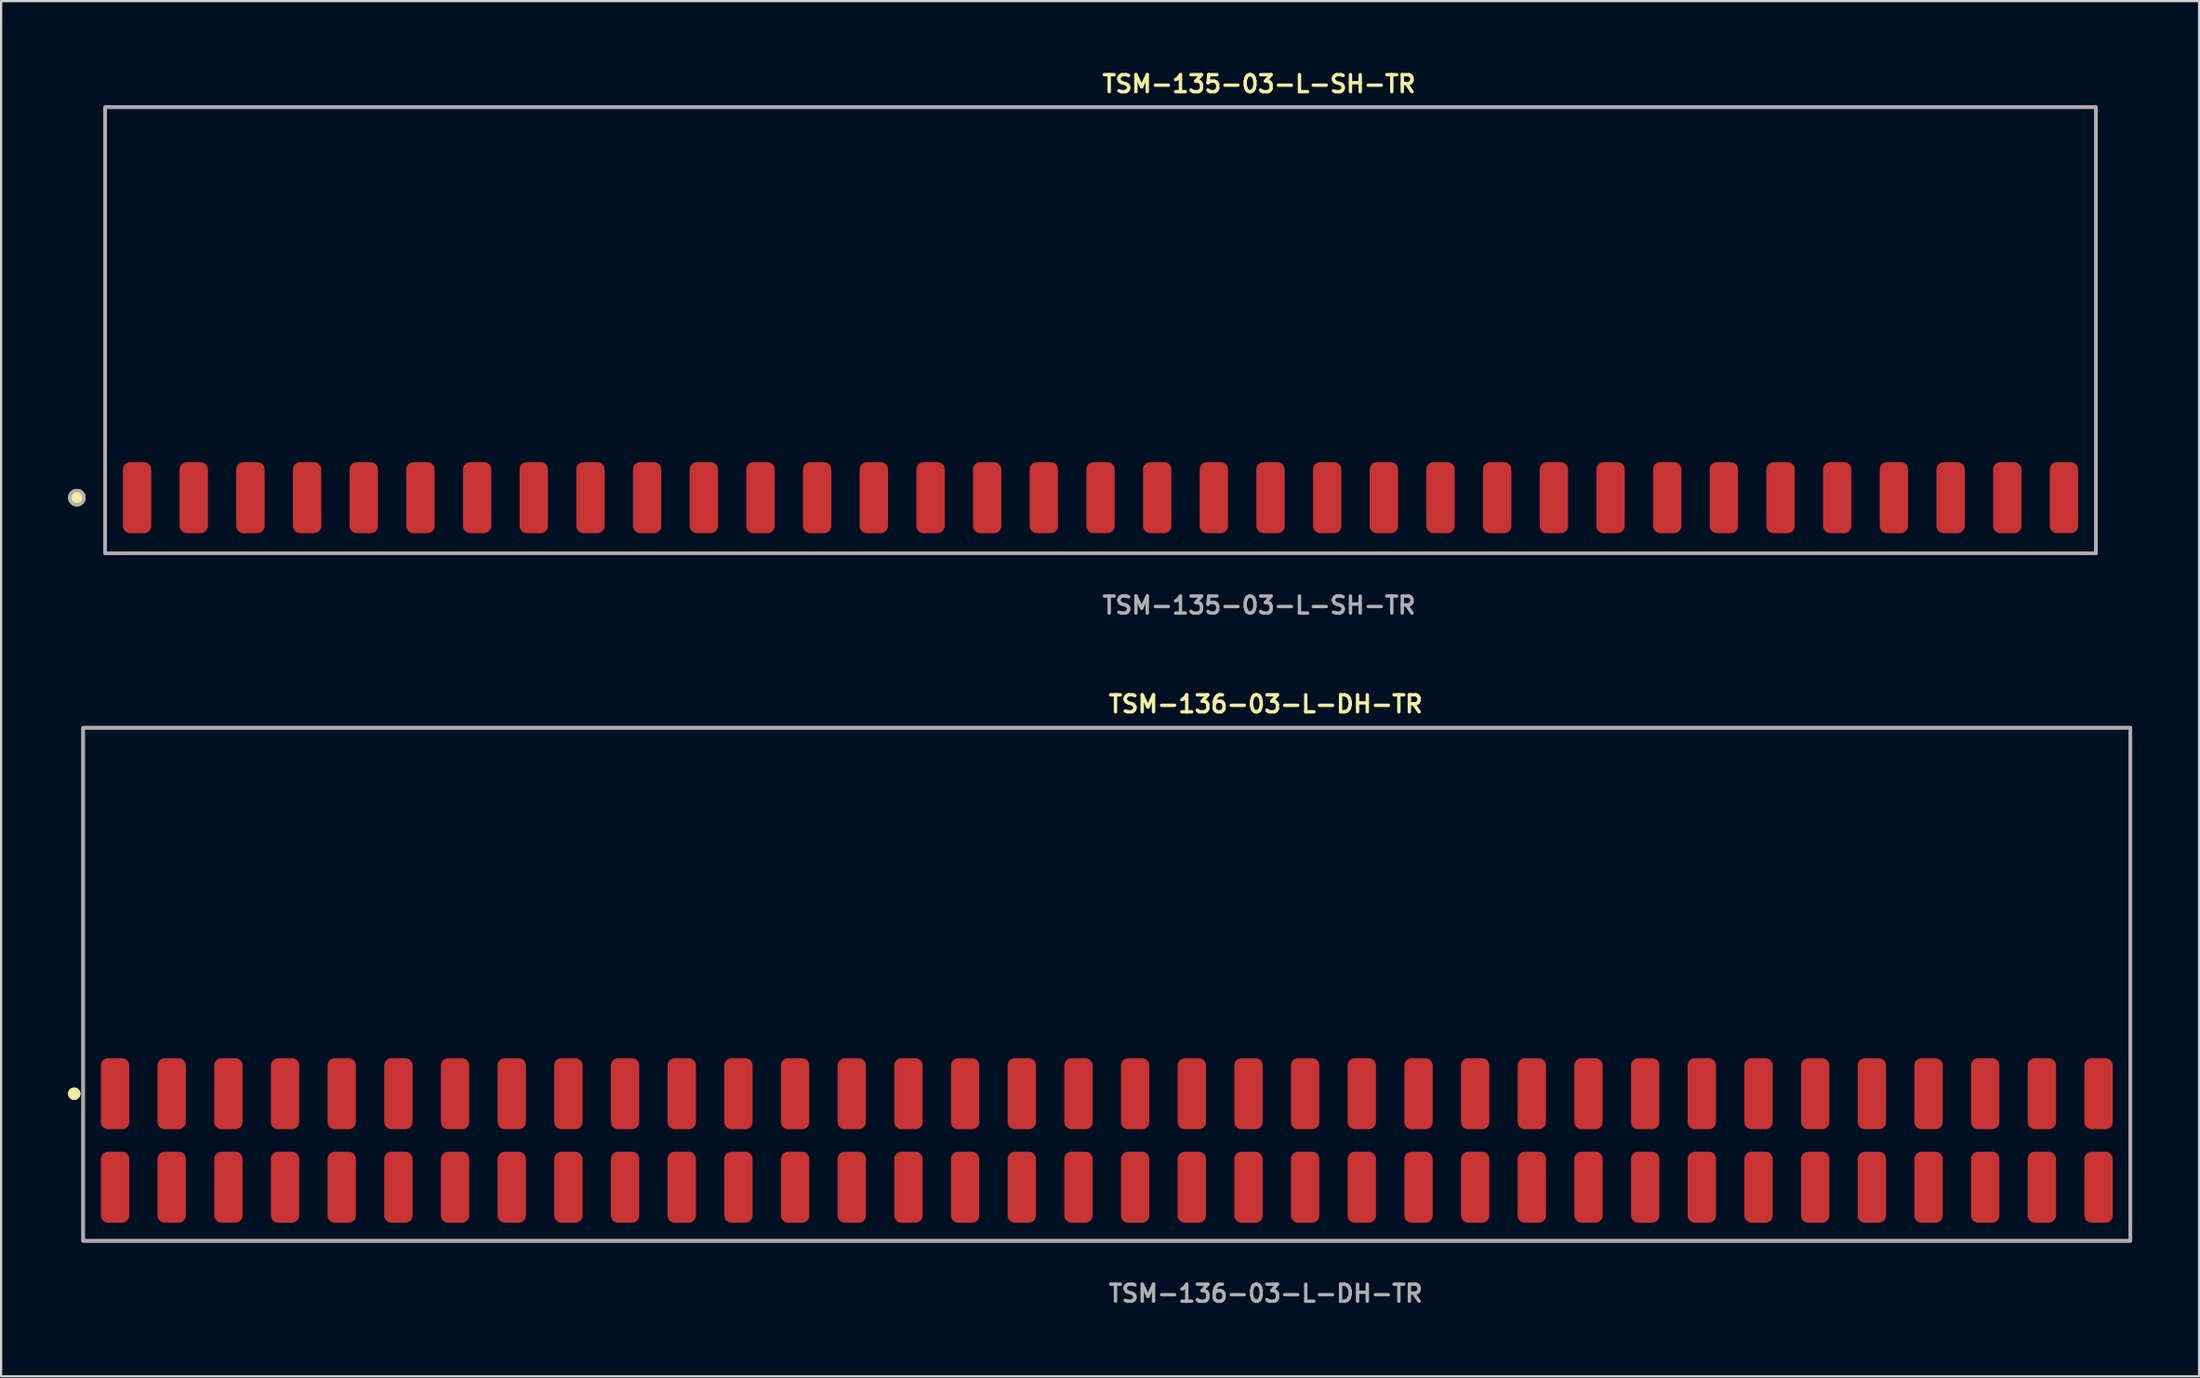
<source format=kicad_pcb>
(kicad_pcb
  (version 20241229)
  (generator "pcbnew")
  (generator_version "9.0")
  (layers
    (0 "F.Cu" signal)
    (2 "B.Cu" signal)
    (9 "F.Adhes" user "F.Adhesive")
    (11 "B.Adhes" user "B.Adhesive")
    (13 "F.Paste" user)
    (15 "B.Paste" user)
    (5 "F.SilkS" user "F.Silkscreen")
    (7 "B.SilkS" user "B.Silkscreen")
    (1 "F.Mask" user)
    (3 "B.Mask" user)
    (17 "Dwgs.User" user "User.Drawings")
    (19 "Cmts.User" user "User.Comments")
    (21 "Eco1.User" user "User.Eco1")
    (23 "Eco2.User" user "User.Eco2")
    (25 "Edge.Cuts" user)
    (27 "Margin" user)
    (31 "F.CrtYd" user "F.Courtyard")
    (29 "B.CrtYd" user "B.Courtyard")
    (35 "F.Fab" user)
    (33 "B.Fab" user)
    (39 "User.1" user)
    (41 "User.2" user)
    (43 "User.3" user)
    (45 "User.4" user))
  (footprint "TSM-136-03-L-DH-TR"
    (layer "F.Cu")
    (at 46.556 48.066)
    (property "Reference" "TSM-136-03-L-DH-TR" (at 0 -19.558 0) (unlocked yes) (layer "F.SilkS") (effects (font (size 0.762 0.762) (thickness 0.152)) (justify left)))
    (fp_rect (start -45.88 4.5) (end 45.88 -18.5) (stroke (width 0.152) (type solid)) (fill no) (layer "F.SilkS"))
    (fp_circle (center -46.28 -2.095) (end -46.48 -2.095) (stroke (width 0.152) (type solid)) (fill yes) (layer "F.SilkS"))
    (fp_circle (center -46.28 -2.095) (end -46.48 -2.095) (stroke (width 0.152) (type solid)) (fill yes) (layer "F.SilkS"))
    (fp_rect (start -45.88 4.5) (end 45.88 -18.5) (stroke (width 0.006) (type solid)) (fill no) (layer "F.CrtYd"))
    (fp_rect (start -45.88 4.5) (end 45.88 -18.5) (stroke (width 0.152) (type solid)) (fill no) (layer "F.Fab"))
    (fp_text user "${REFERENCE}" (at 0 6.858 0) (unlocked yes) (layer "F.Fab") (effects (font (size 0.762 0.762) (thickness 0.152)) (justify left)))
    (pad "1" smd roundrect (at -44.45 2.095) (size 1.27 3.18) (layers "F.Cu" "F.Paste") (roundrect_rratio 0.25))
    (pad "2" smd roundrect (at -44.45 -2.095) (size 1.27 3.18) (layers "F.Cu" "F.Paste") (roundrect_rratio 0.25))
    (pad "3" smd roundrect (at -41.91 2.095) (size 1.27 3.18) (layers "F.Cu" "F.Paste") (roundrect_rratio 0.25))
    (pad "4" smd roundrect (at -41.91 -2.095) (size 1.27 3.18) (layers "F.Cu" "F.Paste") (roundrect_rratio 0.25))
    (pad "5" smd roundrect (at -39.37 2.095) (size 1.27 3.18) (layers "F.Cu" "F.Paste") (roundrect_rratio 0.25))
    (pad "6" smd roundrect (at -39.37 -2.095) (size 1.27 3.18) (layers "F.Cu" "F.Paste") (roundrect_rratio 0.25))
    (pad "7" smd roundrect (at -36.83 2.095) (size 1.27 3.18) (layers "F.Cu" "F.Paste") (roundrect_rratio 0.25))
    (pad "8" smd roundrect (at -36.83 -2.095) (size 1.27 3.18) (layers "F.Cu" "F.Paste") (roundrect_rratio 0.25))
    (pad "9" smd roundrect (at -34.29 2.095) (size 1.27 3.18) (layers "F.Cu" "F.Paste") (roundrect_rratio 0.25))
    (pad "10" smd roundrect (at -34.29 -2.095) (size 1.27 3.18) (layers "F.Cu" "F.Paste") (roundrect_rratio 0.25))
    (pad "11" smd roundrect (at -31.75 2.095) (size 1.27 3.18) (layers "F.Cu" "F.Paste") (roundrect_rratio 0.25))
    (pad "12" smd roundrect (at -31.75 -2.095) (size 1.27 3.18) (layers "F.Cu" "F.Paste") (roundrect_rratio 0.25))
    (pad "13" smd roundrect (at -29.21 2.095) (size 1.27 3.18) (layers "F.Cu" "F.Paste") (roundrect_rratio 0.25))
    (pad "14" smd roundrect (at -29.21 -2.095) (size 1.27 3.18) (layers "F.Cu" "F.Paste") (roundrect_rratio 0.25))
    (pad "15" smd roundrect (at -26.67 2.095) (size 1.27 3.18) (layers "F.Cu" "F.Paste") (roundrect_rratio 0.25))
    (pad "16" smd roundrect (at -26.67 -2.095) (size 1.27 3.18) (layers "F.Cu" "F.Paste") (roundrect_rratio 0.25))
    (pad "17" smd roundrect (at -24.13 2.095) (size 1.27 3.18) (layers "F.Cu" "F.Paste") (roundrect_rratio 0.25))
    (pad "18" smd roundrect (at -24.13 -2.095) (size 1.27 3.18) (layers "F.Cu" "F.Paste") (roundrect_rratio 0.25))
    (pad "19" smd roundrect (at -21.59 2.095) (size 1.27 3.18) (layers "F.Cu" "F.Paste") (roundrect_rratio 0.25))
    (pad "20" smd roundrect (at -21.59 -2.095) (size 1.27 3.18) (layers "F.Cu" "F.Paste") (roundrect_rratio 0.25))
    (pad "21" smd roundrect (at -19.05 2.095) (size 1.27 3.18) (layers "F.Cu" "F.Paste") (roundrect_rratio 0.25))
    (pad "22" smd roundrect (at -19.05 -2.095) (size 1.27 3.18) (layers "F.Cu" "F.Paste") (roundrect_rratio 0.25))
    (pad "23" smd roundrect (at -16.51 2.095) (size 1.27 3.18) (layers "F.Cu" "F.Paste") (roundrect_rratio 0.25))
    (pad "24" smd roundrect (at -16.51 -2.095) (size 1.27 3.18) (layers "F.Cu" "F.Paste") (roundrect_rratio 0.25))
    (pad "25" smd roundrect (at -13.97 2.095) (size 1.27 3.18) (layers "F.Cu" "F.Paste") (roundrect_rratio 0.25))
    (pad "26" smd roundrect (at -13.97 -2.095) (size 1.27 3.18) (layers "F.Cu" "F.Paste") (roundrect_rratio 0.25))
    (pad "27" smd roundrect (at -11.43 2.095) (size 1.27 3.18) (layers "F.Cu" "F.Paste") (roundrect_rratio 0.25))
    (pad "28" smd roundrect (at -11.43 -2.095) (size 1.27 3.18) (layers "F.Cu" "F.Paste") (roundrect_rratio 0.25))
    (pad "29" smd roundrect (at -8.89 2.095) (size 1.27 3.18) (layers "F.Cu" "F.Paste") (roundrect_rratio 0.25))
    (pad "30" smd roundrect (at -8.89 -2.095) (size 1.27 3.18) (layers "F.Cu" "F.Paste") (roundrect_rratio 0.25))
    (pad "31" smd roundrect (at -6.35 2.095) (size 1.27 3.18) (layers "F.Cu" "F.Paste") (roundrect_rratio 0.25))
    (pad "32" smd roundrect (at -6.35 -2.095) (size 1.27 3.18) (layers "F.Cu" "F.Paste") (roundrect_rratio 0.25))
    (pad "33" smd roundrect (at -3.81 2.095) (size 1.27 3.18) (layers "F.Cu" "F.Paste") (roundrect_rratio 0.25))
    (pad "34" smd roundrect (at -3.81 -2.095) (size 1.27 3.18) (layers "F.Cu" "F.Paste") (roundrect_rratio 0.25))
    (pad "35" smd roundrect (at -1.27 2.095) (size 1.27 3.18) (layers "F.Cu" "F.Paste") (roundrect_rratio 0.25))
    (pad "36" smd roundrect (at -1.27 -2.095) (size 1.27 3.18) (layers "F.Cu" "F.Paste") (roundrect_rratio 0.25))
    (pad "37" smd roundrect (at 1.27 2.095) (size 1.27 3.18) (layers "F.Cu" "F.Paste") (roundrect_rratio 0.25))
    (pad "38" smd roundrect (at 1.27 -2.095) (size 1.27 3.18) (layers "F.Cu" "F.Paste") (roundrect_rratio 0.25))
    (pad "39" smd roundrect (at 3.81 2.095) (size 1.27 3.18) (layers "F.Cu" "F.Paste") (roundrect_rratio 0.25))
    (pad "40" smd roundrect (at 3.81 -2.095) (size 1.27 3.18) (layers "F.Cu" "F.Paste") (roundrect_rratio 0.25))
    (pad "41" smd roundrect (at 6.35 2.095) (size 1.27 3.18) (layers "F.Cu" "F.Paste") (roundrect_rratio 0.25))
    (pad "42" smd roundrect (at 6.35 -2.095) (size 1.27 3.18) (layers "F.Cu" "F.Paste") (roundrect_rratio 0.25))
    (pad "43" smd roundrect (at 8.89 2.095) (size 1.27 3.18) (layers "F.Cu" "F.Paste") (roundrect_rratio 0.25))
    (pad "44" smd roundrect (at 8.89 -2.095) (size 1.27 3.18) (layers "F.Cu" "F.Paste") (roundrect_rratio 0.25))
    (pad "45" smd roundrect (at 11.43 2.095) (size 1.27 3.18) (layers "F.Cu" "F.Paste") (roundrect_rratio 0.25))
    (pad "46" smd roundrect (at 11.43 -2.095) (size 1.27 3.18) (layers "F.Cu" "F.Paste") (roundrect_rratio 0.25))
    (pad "47" smd roundrect (at 13.97 2.095) (size 1.27 3.18) (layers "F.Cu" "F.Paste") (roundrect_rratio 0.25))
    (pad "48" smd roundrect (at 13.97 -2.095) (size 1.27 3.18) (layers "F.Cu" "F.Paste") (roundrect_rratio 0.25))
    (pad "49" smd roundrect (at 16.51 2.095) (size 1.27 3.18) (layers "F.Cu" "F.Paste") (roundrect_rratio 0.25))
    (pad "50" smd roundrect (at 16.51 -2.095) (size 1.27 3.18) (layers "F.Cu" "F.Paste") (roundrect_rratio 0.25))
    (pad "51" smd roundrect (at 19.05 2.095) (size 1.27 3.18) (layers "F.Cu" "F.Paste") (roundrect_rratio 0.25))
    (pad "52" smd roundrect (at 19.05 -2.095) (size 1.27 3.18) (layers "F.Cu" "F.Paste") (roundrect_rratio 0.25))
    (pad "53" smd roundrect (at 21.59 2.095) (size 1.27 3.18) (layers "F.Cu" "F.Paste") (roundrect_rratio 0.25))
    (pad "54" smd roundrect (at 21.59 -2.095) (size 1.27 3.18) (layers "F.Cu" "F.Paste") (roundrect_rratio 0.25))
    (pad "55" smd roundrect (at 24.13 2.095) (size 1.27 3.18) (layers "F.Cu" "F.Paste") (roundrect_rratio 0.25))
    (pad "56" smd roundrect (at 24.13 -2.095) (size 1.27 3.18) (layers "F.Cu" "F.Paste") (roundrect_rratio 0.25))
    (pad "57" smd roundrect (at 26.67 2.095) (size 1.27 3.18) (layers "F.Cu" "F.Paste") (roundrect_rratio 0.25))
    (pad "58" smd roundrect (at 26.67 -2.095) (size 1.27 3.18) (layers "F.Cu" "F.Paste") (roundrect_rratio 0.25))
    (pad "59" smd roundrect (at 29.21 2.095) (size 1.27 3.18) (layers "F.Cu" "F.Paste") (roundrect_rratio 0.25))
    (pad "60" smd roundrect (at 29.21 -2.095) (size 1.27 3.18) (layers "F.Cu" "F.Paste") (roundrect_rratio 0.25))
    (pad "61" smd roundrect (at 31.75 2.095) (size 1.27 3.18) (layers "F.Cu" "F.Paste") (roundrect_rratio 0.25))
    (pad "62" smd roundrect (at 31.75 -2.095) (size 1.27 3.18) (layers "F.Cu" "F.Paste") (roundrect_rratio 0.25))
    (pad "63" smd roundrect (at 34.29 2.095) (size 1.27 3.18) (layers "F.Cu" "F.Paste") (roundrect_rratio 0.25))
    (pad "64" smd roundrect (at 34.29 -2.095) (size 1.27 3.18) (layers "F.Cu" "F.Paste") (roundrect_rratio 0.25))
    (pad "65" smd roundrect (at 36.83 2.095) (size 1.27 3.18) (layers "F.Cu" "F.Paste") (roundrect_rratio 0.25))
    (pad "66" smd roundrect (at 36.83 -2.095) (size 1.27 3.18) (layers "F.Cu" "F.Paste") (roundrect_rratio 0.25))
    (pad "67" smd roundrect (at 39.37 2.095) (size 1.27 3.18) (layers "F.Cu" "F.Paste") (roundrect_rratio 0.25))
    (pad "68" smd roundrect (at 39.37 -2.095) (size 1.27 3.18) (layers "F.Cu" "F.Paste") (roundrect_rratio 0.25))
    (pad "69" smd roundrect (at 41.91 2.095) (size 1.27 3.18) (layers "F.Cu" "F.Paste") (roundrect_rratio 0.25))
    (pad "70" smd roundrect (at 41.91 -2.095) (size 1.27 3.18) (layers "F.Cu" "F.Paste") (roundrect_rratio 0.25))
    (pad "71" smd roundrect (at 44.45 2.095) (size 1.27 3.18) (layers "F.Cu" "F.Paste") (roundrect_rratio 0.25))
    (pad "72" smd roundrect (at 44.45 -2.095) (size 1.27 3.18) (layers "F.Cu" "F.Paste") (roundrect_rratio 0.25)))
  (footprint "TSM-135-03-L-SH-TR"
    (layer "F.Cu")
    (at 46.274 19.255)
    (property "Reference" "TSM-135-03-L-SH-TR" (at 0 -18.542 0) (unlocked yes) (layer "F.SilkS") (effects (font (size 0.762 0.762) (thickness 0.152)) (justify left)))
    (fp_rect (start -44.61 2.5) (end 44.61 -17.5) (stroke (width 0.152) (type solid)) (fill no) (layer "F.SilkS"))
    (fp_circle (center -45.88 0) (end -46.197 0) (stroke (width 0.152) (type solid)) (fill yes) (layer "F.SilkS"))
    (fp_rect (start -44.61 2.5) (end 44.61 -17.5) (stroke (width 0.006) (type solid)) (fill no) (layer "F.CrtYd"))
    (fp_rect (start -44.61 2.5) (end 44.61 -17.5) (stroke (width 0.152) (type solid)) (fill no) (layer "F.Fab"))
    (fp_circle (center -45.88 0) (end -46.197 0) (stroke (width 0.152) (type solid)) (fill no) (layer "F.Fab"))
    (fp_text user "${REFERENCE}" (at 0 4.826 0) (unlocked yes) (layer "F.Fab") (effects (font (size 0.762 0.762) (thickness 0.152)) (justify left)))
    (pad "1" smd roundrect (at -43.18 0) (size 1.27 3.18) (layers "F.Cu" "F.Paste") (roundrect_rratio 0.25))
    (pad "2" smd roundrect (at -40.64 0) (size 1.27 3.18) (layers "F.Cu" "F.Paste") (roundrect_rratio 0.25))
    (pad "3" smd roundrect (at -38.1 0) (size 1.27 3.18) (layers "F.Cu" "F.Paste") (roundrect_rratio 0.25))
    (pad "4" smd roundrect (at -35.56 0) (size 1.27 3.18) (layers "F.Cu" "F.Paste") (roundrect_rratio 0.25))
    (pad "5" smd roundrect (at -33.02 0) (size 1.27 3.18) (layers "F.Cu" "F.Paste") (roundrect_rratio 0.25))
    (pad "6" smd roundrect (at -30.48 0) (size 1.27 3.18) (layers "F.Cu" "F.Paste") (roundrect_rratio 0.25))
    (pad "7" smd roundrect (at -27.94 0) (size 1.27 3.18) (layers "F.Cu" "F.Paste") (roundrect_rratio 0.25))
    (pad "8" smd roundrect (at -25.4 0) (size 1.27 3.18) (layers "F.Cu" "F.Paste") (roundrect_rratio 0.25))
    (pad "9" smd roundrect (at -22.86 0) (size 1.27 3.18) (layers "F.Cu" "F.Paste") (roundrect_rratio 0.25))
    (pad "10" smd roundrect (at -20.32 0) (size 1.27 3.18) (layers "F.Cu" "F.Paste") (roundrect_rratio 0.25))
    (pad "11" smd roundrect (at -17.78 0) (size 1.27 3.18) (layers "F.Cu" "F.Paste") (roundrect_rratio 0.25))
    (pad "12" smd roundrect (at -15.24 0) (size 1.27 3.18) (layers "F.Cu" "F.Paste") (roundrect_rratio 0.25))
    (pad "13" smd roundrect (at -12.7 0) (size 1.27 3.18) (layers "F.Cu" "F.Paste") (roundrect_rratio 0.25))
    (pad "14" smd roundrect (at -10.16 0) (size 1.27 3.18) (layers "F.Cu" "F.Paste") (roundrect_rratio 0.25))
    (pad "15" smd roundrect (at -7.62 0) (size 1.27 3.18) (layers "F.Cu" "F.Paste") (roundrect_rratio 0.25))
    (pad "16" smd roundrect (at -5.08 0) (size 1.27 3.18) (layers "F.Cu" "F.Paste") (roundrect_rratio 0.25))
    (pad "17" smd roundrect (at -2.54 0) (size 1.27 3.18) (layers "F.Cu" "F.Paste") (roundrect_rratio 0.25))
    (pad "18" smd roundrect (at 0 0) (size 1.27 3.18) (layers "F.Cu" "F.Paste") (roundrect_rratio 0.25))
    (pad "19" smd roundrect (at 2.54 0) (size 1.27 3.18) (layers "F.Cu" "F.Paste") (roundrect_rratio 0.25))
    (pad "20" smd roundrect (at 5.08 0) (size 1.27 3.18) (layers "F.Cu" "F.Paste") (roundrect_rratio 0.25))
    (pad "21" smd roundrect (at 7.62 0) (size 1.27 3.18) (layers "F.Cu" "F.Paste") (roundrect_rratio 0.25))
    (pad "22" smd roundrect (at 10.16 0) (size 1.27 3.18) (layers "F.Cu" "F.Paste") (roundrect_rratio 0.25))
    (pad "23" smd roundrect (at 12.7 0) (size 1.27 3.18) (layers "F.Cu" "F.Paste") (roundrect_rratio 0.25))
    (pad "24" smd roundrect (at 15.24 0) (size 1.27 3.18) (layers "F.Cu" "F.Paste") (roundrect_rratio 0.25))
    (pad "25" smd roundrect (at 17.78 0) (size 1.27 3.18) (layers "F.Cu" "F.Paste") (roundrect_rratio 0.25))
    (pad "26" smd roundrect (at 20.32 0) (size 1.27 3.18) (layers "F.Cu" "F.Paste") (roundrect_rratio 0.25))
    (pad "27" smd roundrect (at 22.86 0) (size 1.27 3.18) (layers "F.Cu" "F.Paste") (roundrect_rratio 0.25))
    (pad "28" smd roundrect (at 25.4 0) (size 1.27 3.18) (layers "F.Cu" "F.Paste") (roundrect_rratio 0.25))
    (pad "29" smd roundrect (at 27.94 0) (size 1.27 3.18) (layers "F.Cu" "F.Paste") (roundrect_rratio 0.25))
    (pad "30" smd roundrect (at 30.48 0) (size 1.27 3.18) (layers "F.Cu" "F.Paste") (roundrect_rratio 0.25))
    (pad "31" smd roundrect (at 33.02 0) (size 1.27 3.18) (layers "F.Cu" "F.Paste") (roundrect_rratio 0.25))
    (pad "32" smd roundrect (at 35.56 0) (size 1.27 3.18) (layers "F.Cu" "F.Paste") (roundrect_rratio 0.25))
    (pad "33" smd roundrect (at 38.1 0) (size 1.27 3.18) (layers "F.Cu" "F.Paste") (roundrect_rratio 0.25))
    (pad "34" smd roundrect (at 40.64 0) (size 1.27 3.18) (layers "F.Cu" "F.Paste") (roundrect_rratio 0.25))
    (pad "35" smd roundrect (at 43.18 0) (size 1.27 3.18) (layers "F.Cu" "F.Paste") (roundrect_rratio 0.25)))
  (gr_rect
    (start -3 -3)
    (end 95.512 58.637)
    (stroke (width 0.1) (type default))
    (fill no)
    (layer "Edge.Cuts")))
</source>
